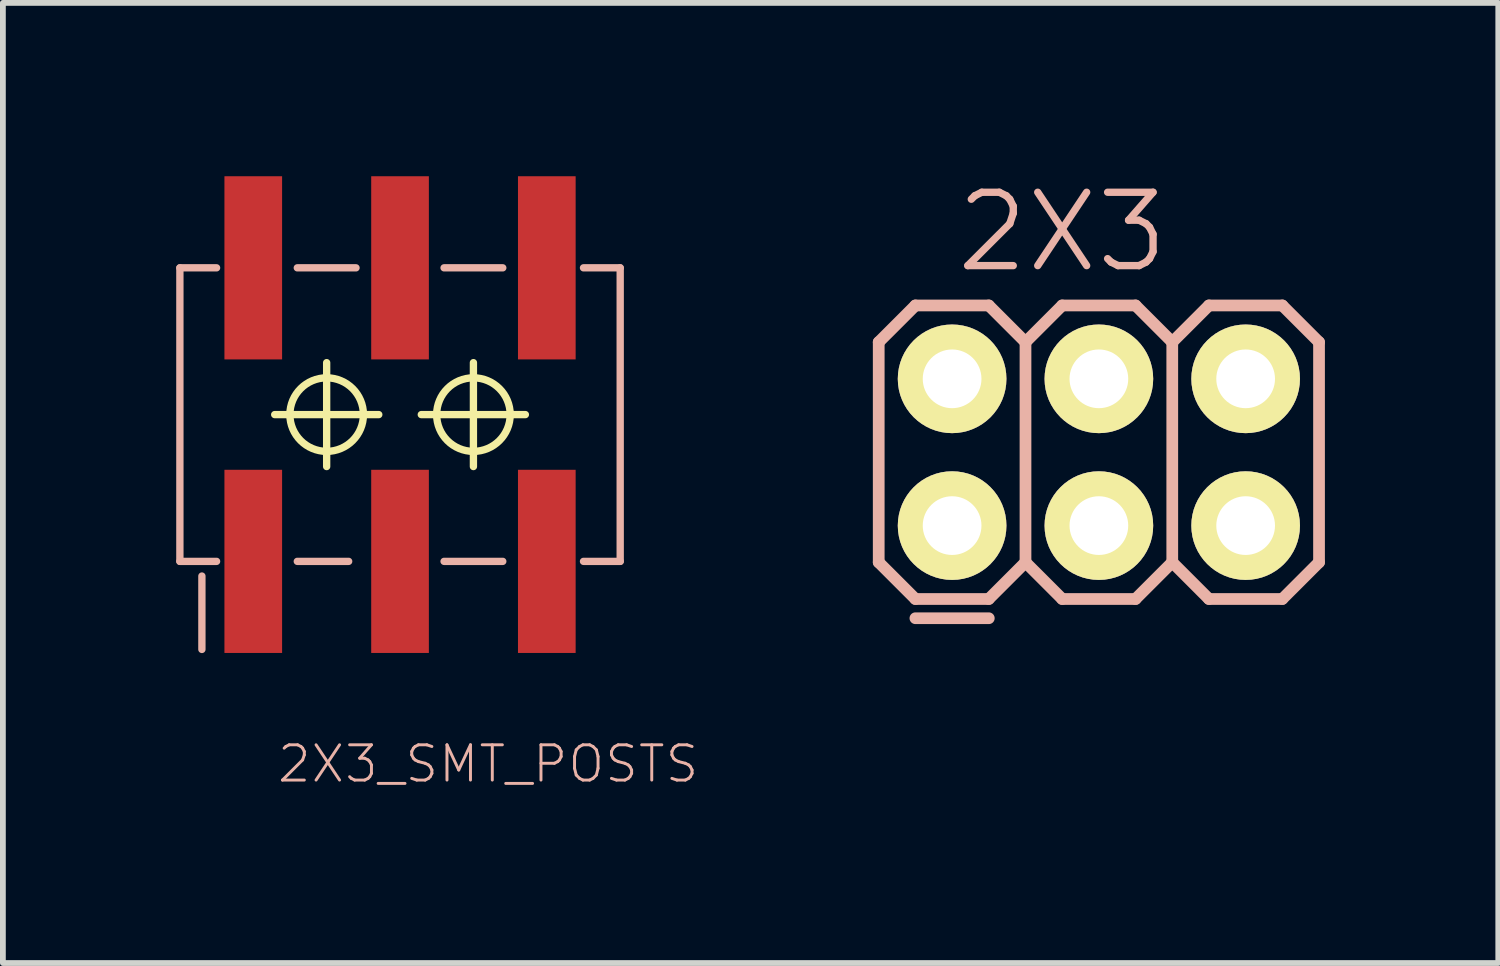
<source format=kicad_pcb>
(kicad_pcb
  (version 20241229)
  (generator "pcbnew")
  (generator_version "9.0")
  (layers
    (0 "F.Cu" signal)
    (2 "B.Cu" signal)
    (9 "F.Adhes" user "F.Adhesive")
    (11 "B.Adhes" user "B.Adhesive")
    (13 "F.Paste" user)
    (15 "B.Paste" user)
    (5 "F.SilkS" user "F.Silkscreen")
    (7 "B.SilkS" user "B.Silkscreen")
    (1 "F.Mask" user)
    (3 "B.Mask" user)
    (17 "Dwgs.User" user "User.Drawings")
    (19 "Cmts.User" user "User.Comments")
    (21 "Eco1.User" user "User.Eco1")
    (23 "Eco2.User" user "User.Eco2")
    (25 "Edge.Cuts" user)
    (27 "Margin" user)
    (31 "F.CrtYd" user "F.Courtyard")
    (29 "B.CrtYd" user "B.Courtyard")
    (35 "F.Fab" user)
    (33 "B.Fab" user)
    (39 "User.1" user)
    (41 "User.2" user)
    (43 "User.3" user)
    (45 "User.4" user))
  (footprint "2X3_SMT_POSTS"
    (layer "F.Cu")
    (at 3.873 4.125)
    (property "Reference" "2X3_SMT_POSTS" (at 1.524 6.045 0) (layer "B.SilkS") (effects (font (size 0.61 0.61) (thickness 0.051))))
    (attr smd)
    (fp_line (start -2.169 0) (end -0.368 0) (stroke (width 0.127) (type solid)) (layer "F.SilkS"))
    (fp_line (start -1.27 0.899) (end -1.27 -0.899) (stroke (width 0.127) (type solid)) (layer "F.SilkS"))
    (fp_line (start 0.368 0) (end 2.169 0) (stroke (width 0.127) (type solid)) (layer "F.SilkS"))
    (fp_line (start 1.27 0.899) (end 1.27 -0.899) (stroke (width 0.127) (type solid)) (layer "F.SilkS"))
    (fp_circle (center -1.27 0) (end -1.72 0.45) (stroke (width 0.127) (type solid)) (fill no) (layer "F.SilkS"))
    (fp_circle (center 1.27 0) (end 1.72 0.45) (stroke (width 0.127) (type solid)) (fill no) (layer "F.SilkS"))
    (fp_line (start -3.81 -2.54) (end -3.81 2.54) (stroke (width 0.127) (type solid)) (layer "B.SilkS"))
    (fp_line (start -3.81 2.54) (end -3.175 2.54) (stroke (width 0.127) (type solid)) (layer "B.SilkS"))
    (fp_line (start -3.429 4.064) (end -3.429 2.794) (stroke (width 0.127) (type solid)) (layer "B.SilkS"))
    (fp_line (start -3.175 -2.54) (end -3.81 -2.54) (stroke (width 0.127) (type solid)) (layer "B.SilkS"))
    (fp_line (start -1.778 -2.54) (end -0.762 -2.54) (stroke (width 0.127) (type solid)) (layer "B.SilkS"))
    (fp_line (start -1.778 2.54) (end -0.889 2.54) (stroke (width 0.127) (type solid)) (layer "B.SilkS"))
    (fp_line (start 0.762 -2.54) (end 1.778 -2.54) (stroke (width 0.127) (type solid)) (layer "B.SilkS"))
    (fp_line (start 0.762 2.54) (end 1.778 2.54) (stroke (width 0.127) (type solid)) (layer "B.SilkS"))
    (fp_line (start 3.175 -2.54) (end 3.81 -2.54) (stroke (width 0.127) (type solid)) (layer "B.SilkS"))
    (fp_line (start 3.81 -2.54) (end 3.81 2.54) (stroke (width 0.127) (type solid)) (layer "B.SilkS"))
    (fp_line (start 3.81 2.54) (end 3.175 2.54) (stroke (width 0.127) (type solid)) (layer "B.SilkS"))
    (pad "1" smd rect (at -2.54 2.54 90) (size 3.17 0.998) (layers "F.Cu" "F.Mask" "F.Paste"))
    (pad "2" smd rect (at -2.54 -2.54 90) (size 3.17 0.998) (layers "F.Cu" "F.Mask" "F.Paste"))
    (pad "3" smd rect (at 0 2.54 90) (size 3.17 0.998) (layers "F.Cu" "F.Mask" "F.Paste"))
    (pad "4" smd rect (at 0 -2.54 90) (size 3.17 0.998) (layers "F.Cu" "F.Mask" "F.Paste"))
    (pad "5" smd rect (at 2.54 2.54 90) (size 3.17 0.998) (layers "F.Cu" "F.Mask" "F.Paste"))
    (pad "6" smd rect (at 2.54 -2.54 90) (size 3.17 0.998) (layers "F.Cu" "F.Mask" "F.Paste")))
  (footprint "2X3"
    (layer "F.Cu")
    (at 13.427 6.046)
    (property "Reference" "2X3" (at 1.905 -5.08 0) (layer "B.SilkS") (effects (font (size 1.27 1.27) (thickness 0.127))))
    (attr exclude_from_pos_files exclude_from_bom)
    (fp_line (start -0.254 -2.794) (end 0.254 -2.794) (stroke (width 0.066) (type solid)) (layer "F.SilkS"))
    (fp_line (start -0.254 -2.286) (end -0.254 -2.794) (stroke (width 0.066) (type solid)) (layer "F.SilkS"))
    (fp_line (start -0.254 -2.286) (end 0.254 -2.286) (stroke (width 0.066) (type solid)) (layer "F.SilkS"))
    (fp_line (start -0.254 -0.254) (end 0.254 -0.254) (stroke (width 0.066) (type solid)) (layer "F.SilkS"))
    (fp_line (start -0.254 0.254) (end -0.254 -0.254) (stroke (width 0.066) (type solid)) (layer "F.SilkS"))
    (fp_line (start -0.254 0.254) (end 0.254 0.254) (stroke (width 0.066) (type solid)) (layer "F.SilkS"))
    (fp_line (start 0.254 -2.286) (end 0.254 -2.794) (stroke (width 0.066) (type solid)) (layer "F.SilkS"))
    (fp_line (start 0.254 0.254) (end 0.254 -0.254) (stroke (width 0.066) (type solid)) (layer "F.SilkS"))
    (fp_line (start 2.286 -2.794) (end 2.794 -2.794) (stroke (width 0.066) (type solid)) (layer "F.SilkS"))
    (fp_line (start 2.286 -2.286) (end 2.286 -2.794) (stroke (width 0.066) (type solid)) (layer "F.SilkS"))
    (fp_line (start 2.286 -2.286) (end 2.794 -2.286) (stroke (width 0.066) (type solid)) (layer "F.SilkS"))
    (fp_line (start 2.286 -0.254) (end 2.794 -0.254) (stroke (width 0.066) (type solid)) (layer "F.SilkS"))
    (fp_line (start 2.286 0.254) (end 2.286 -0.254) (stroke (width 0.066) (type solid)) (layer "F.SilkS"))
    (fp_line (start 2.286 0.254) (end 2.794 0.254) (stroke (width 0.066) (type solid)) (layer "F.SilkS"))
    (fp_line (start 2.794 -2.286) (end 2.794 -2.794) (stroke (width 0.066) (type solid)) (layer "F.SilkS"))
    (fp_line (start 2.794 0.254) (end 2.794 -0.254) (stroke (width 0.066) (type solid)) (layer "F.SilkS"))
    (fp_line (start 4.826 -2.794) (end 5.334 -2.794) (stroke (width 0.066) (type solid)) (layer "F.SilkS"))
    (fp_line (start 4.826 -2.286) (end 4.826 -2.794) (stroke (width 0.066) (type solid)) (layer "F.SilkS"))
    (fp_line (start 4.826 -2.286) (end 5.334 -2.286) (stroke (width 0.066) (type solid)) (layer "F.SilkS"))
    (fp_line (start 4.826 -0.254) (end 5.334 -0.254) (stroke (width 0.066) (type solid)) (layer "F.SilkS"))
    (fp_line (start 4.826 0.254) (end 4.826 -0.254) (stroke (width 0.066) (type solid)) (layer "F.SilkS"))
    (fp_line (start 4.826 0.254) (end 5.334 0.254) (stroke (width 0.066) (type solid)) (layer "F.SilkS"))
    (fp_line (start 5.334 -2.286) (end 5.334 -2.794) (stroke (width 0.066) (type solid)) (layer "F.SilkS"))
    (fp_line (start 5.334 0.254) (end 5.334 -0.254) (stroke (width 0.066) (type solid)) (layer "F.SilkS"))
    (fp_line (start -1.27 -3.175) (end -0.635 -3.81) (stroke (width 0.203) (type solid)) (layer "B.SilkS"))
    (fp_line (start -1.27 0.635) (end -1.27 -3.175) (stroke (width 0.203) (type solid)) (layer "B.SilkS"))
    (fp_line (start -1.27 0.635) (end -0.635 1.27) (stroke (width 0.203) (type solid)) (layer "B.SilkS"))
    (fp_line (start -0.635 -3.81) (end 0.635 -3.81) (stroke (width 0.203) (type solid)) (layer "B.SilkS"))
    (fp_line (start -0.635 1.27) (end 0.635 1.27) (stroke (width 0.203) (type solid)) (layer "B.SilkS"))
    (fp_line (start 0.635 -3.81) (end 1.27 -3.175) (stroke (width 0.203) (type solid)) (layer "B.SilkS"))
    (fp_line (start 0.635 1.27) (end 1.27 0.635) (stroke (width 0.203) (type solid)) (layer "B.SilkS"))
    (fp_line (start 0.635 1.603) (end -0.635 1.603) (stroke (width 0.203) (type solid)) (layer "B.SilkS"))
    (fp_line (start 1.27 -3.175) (end 1.27 0.635) (stroke (width 0.203) (type solid)) (layer "B.SilkS"))
    (fp_line (start 1.27 -3.175) (end 1.905 -3.81) (stroke (width 0.203) (type solid)) (layer "B.SilkS"))
    (fp_line (start 1.27 0.635) (end 1.905 1.27) (stroke (width 0.203) (type solid)) (layer "B.SilkS"))
    (fp_line (start 1.905 -3.81) (end 3.175 -3.81) (stroke (width 0.203) (type solid)) (layer "B.SilkS"))
    (fp_line (start 1.905 1.27) (end 3.175 1.27) (stroke (width 0.203) (type solid)) (layer "B.SilkS"))
    (fp_line (start 3.175 -3.81) (end 3.81 -3.175) (stroke (width 0.203) (type solid)) (layer "B.SilkS"))
    (fp_line (start 3.175 1.27) (end 3.81 0.635) (stroke (width 0.203) (type solid)) (layer "B.SilkS"))
    (fp_line (start 3.81 -3.175) (end 3.81 0.635) (stroke (width 0.203) (type solid)) (layer "B.SilkS"))
    (fp_line (start 3.81 -3.175) (end 4.445 -3.81) (stroke (width 0.203) (type solid)) (layer "B.SilkS"))
    (fp_line (start 3.81 0.635) (end 4.445 1.27) (stroke (width 0.203) (type solid)) (layer "B.SilkS"))
    (fp_line (start 4.445 -3.81) (end 5.715 -3.81) (stroke (width 0.203) (type solid)) (layer "B.SilkS"))
    (fp_line (start 4.445 1.27) (end 5.715 1.27) (stroke (width 0.203) (type solid)) (layer "B.SilkS"))
    (fp_line (start 5.715 -3.81) (end 6.35 -3.175) (stroke (width 0.203) (type solid)) (layer "B.SilkS"))
    (fp_line (start 5.715 1.27) (end 6.35 0.635) (stroke (width 0.203) (type solid)) (layer "B.SilkS"))
    (fp_line (start 6.35 -3.175) (end 6.35 0.635) (stroke (width 0.203) (type solid)) (layer "B.SilkS"))
    (pad "1" thru_hole circle (at 0 0) (size 1.88 1.88) (drill 1.016) (layers "*.Cu" "F.Mask" "F.SilkS" "F.Paste"))
    (pad "2" thru_hole circle (at 0 -2.54) (size 1.88 1.88) (drill 1.016) (layers "*.Cu" "F.Mask" "F.SilkS" "F.Paste"))
    (pad "3" thru_hole circle (at 2.54 0) (size 1.88 1.88) (drill 1.016) (layers "*.Cu" "F.Mask" "F.SilkS" "F.Paste"))
    (pad "4" thru_hole circle (at 2.54 -2.54) (size 1.88 1.88) (drill 1.016) (layers "*.Cu" "F.Mask" "F.SilkS" "F.Paste"))
    (pad "5" thru_hole circle (at 5.08 0) (size 1.88 1.88) (drill 1.016) (layers "*.Cu" "F.Mask" "F.SilkS" "F.Paste"))
    (pad "6" thru_hole circle (at 5.08 -2.54) (size 1.88 1.88) (drill 1.016) (layers "*.Cu" "F.Mask" "F.SilkS" "F.Paste")))
  (gr_rect
    (start -3 -3)
    (end 22.879 13.616)
    (stroke (width 0.1) (type default))
    (fill no)
    (layer "Edge.Cuts")))
</source>
